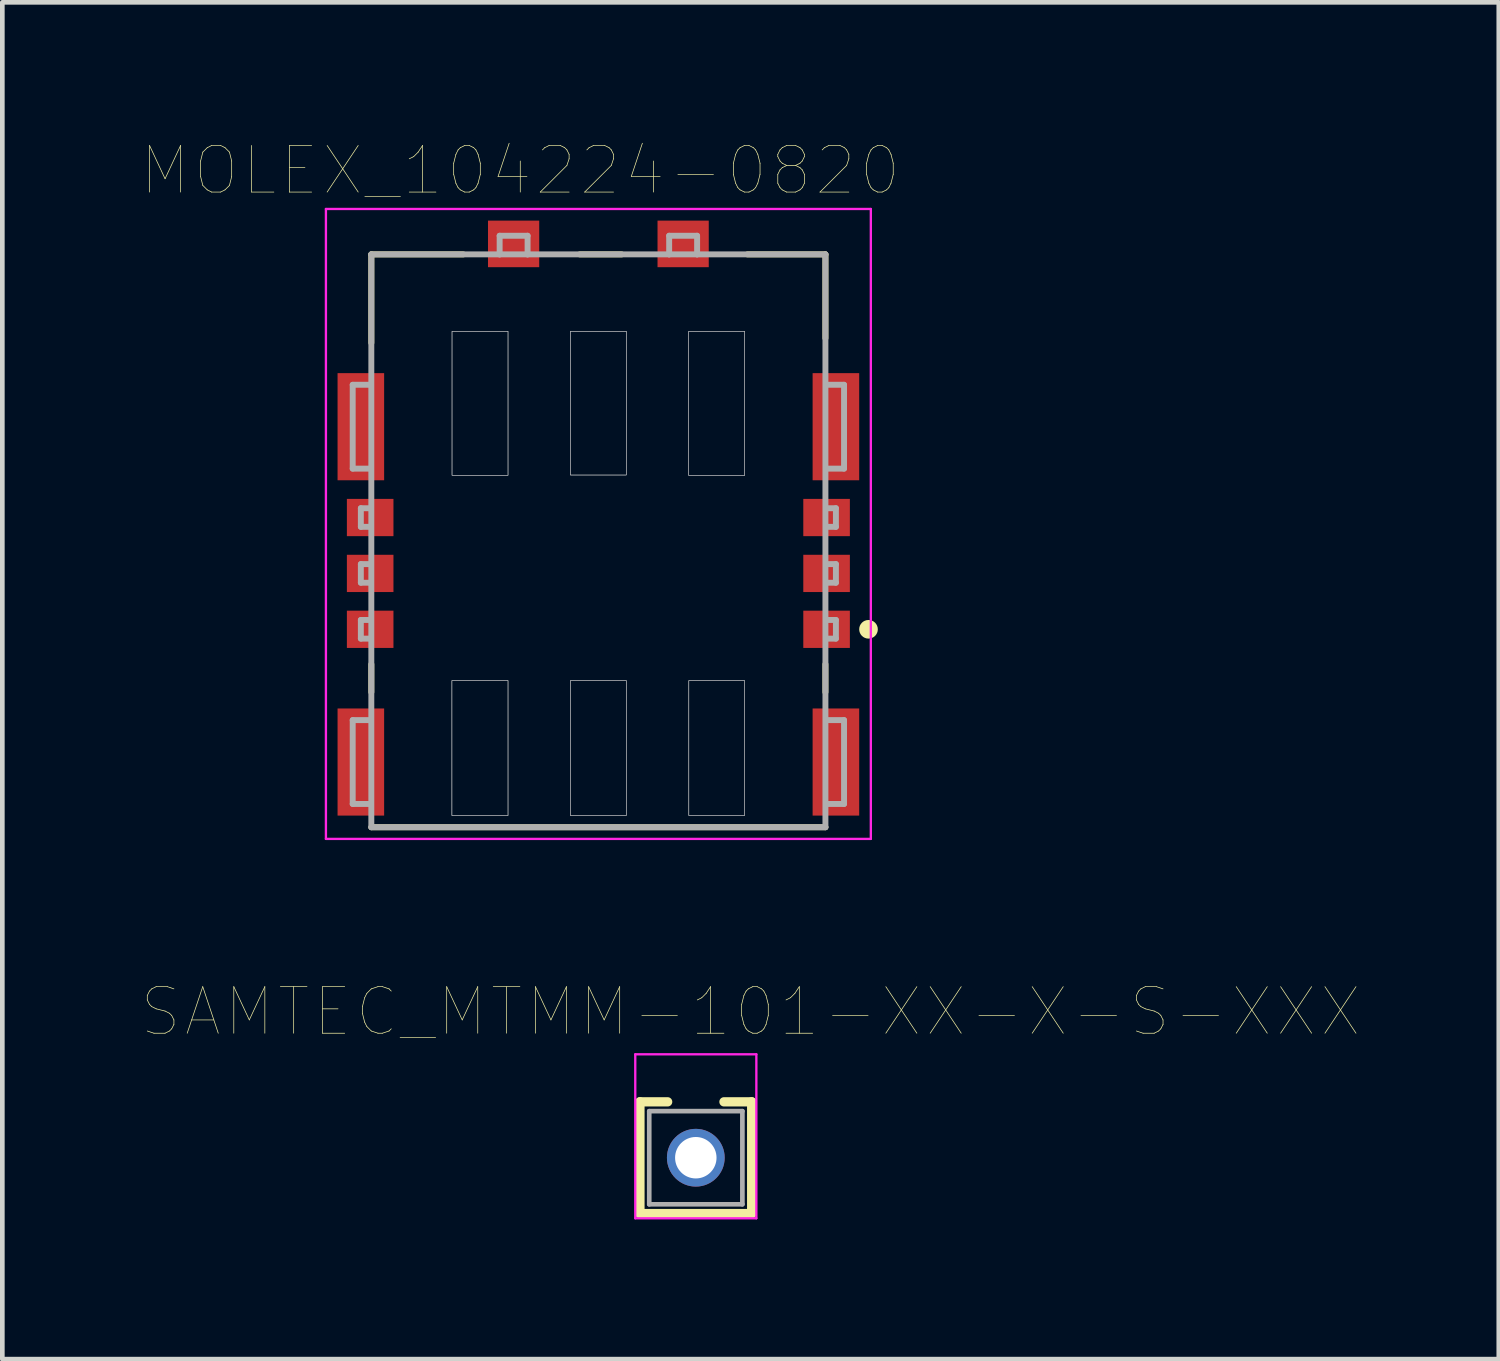
<source format=kicad_pcb>
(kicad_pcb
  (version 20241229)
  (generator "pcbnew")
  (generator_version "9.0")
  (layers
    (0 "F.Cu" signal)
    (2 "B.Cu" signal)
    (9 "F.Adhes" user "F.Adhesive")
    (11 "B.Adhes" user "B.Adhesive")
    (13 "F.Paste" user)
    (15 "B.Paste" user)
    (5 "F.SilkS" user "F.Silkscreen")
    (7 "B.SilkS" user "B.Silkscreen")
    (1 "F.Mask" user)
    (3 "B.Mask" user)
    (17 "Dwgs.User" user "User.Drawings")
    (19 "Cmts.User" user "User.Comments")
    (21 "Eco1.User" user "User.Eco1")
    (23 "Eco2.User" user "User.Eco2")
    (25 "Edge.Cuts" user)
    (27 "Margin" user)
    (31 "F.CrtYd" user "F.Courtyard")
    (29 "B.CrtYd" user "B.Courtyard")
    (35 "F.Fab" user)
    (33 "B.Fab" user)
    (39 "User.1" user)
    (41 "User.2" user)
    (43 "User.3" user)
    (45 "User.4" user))
  (footprint "SAMTEC_MTMM-101-XX-X-S-XXX"
    (layer "F.Cu")
    (at 11.89 21.808)
    (property "Reference" "SAMTEC_MTMM-101-XX-X-S-XXX" (at 1.175 -3.135 0) (layer "F.SilkS") (effects (font (size 1 1) (thickness 0.015))))
    (attr through_hole)
    (fp_line (start -1.2 -1.2) (end -1.2 1.2) (stroke (width 0.2) (type solid)) (layer "F.SilkS"))
    (fp_line (start -1.2 -1.2) (end -0.605 -1.2) (stroke (width 0.2) (type solid)) (layer "F.SilkS"))
    (fp_line (start -1.2 1.2) (end 1.2 1.2) (stroke (width 0.2) (type solid)) (layer "F.SilkS"))
    (fp_line (start 0.605 -1.2) (end 1.2 -1.2) (stroke (width 0.2) (type solid)) (layer "F.SilkS"))
    (fp_line (start 1.2 -1.2) (end 1.2 1.2) (stroke (width 0.2) (type solid)) (layer "F.SilkS"))
    (fp_poly (pts (xy 0.85 0.85) (xy 0.85 -0.85) (xy 0.385 -0.85) (xy 0.378 -0.85) (xy 0.371 -0.851) (xy 0.365 -0.852) (xy 0.358 -0.853) (xy 0.351 -0.854) (xy 0.345 -0.856) (xy 0.338 -0.859) (xy 0.332 -0.861) (xy 0.326 -0.864) (xy 0.32 -0.867) (xy 0.314 -0.871) (xy 0.309 -0.875) (xy 0.303 -0.879) (xy 0.298 -0.883) (xy 0.293 -0.888) (xy 0.288 -0.893) (xy 0.284 -0.898) (xy 0.28 -0.904) (xy 0.276 -0.909) (xy 0.272 -0.915) (xy 0.269 -0.921) (xy 0.266 -0.927) (xy 0.264 -0.933) (xy 0.261 -0.94) (xy 0.259 -0.946) (xy 0.258 -0.953) (xy 0.257 -0.96) (xy 0.256 -0.966) (xy 0.255 -0.973) (xy 0.255 -0.98) (xy 0.255 -1.97) (xy -0.255 -1.97) (xy -0.255 -0.98) (xy -0.255 -0.973) (xy -0.256 -0.966) (xy -0.257 -0.96) (xy -0.258 -0.953) (xy -0.259 -0.946) (xy -0.261 -0.94) (xy -0.264 -0.933) (xy -0.266 -0.927) (xy -0.269 -0.921) (xy -0.272 -0.915) (xy -0.276 -0.909) (xy -0.28 -0.904) (xy -0.284 -0.898) (xy -0.288 -0.893) (xy -0.293 -0.888) (xy -0.298 -0.883) (xy -0.303 -0.879) (xy -0.309 -0.875) (xy -0.314 -0.871) (xy -0.32 -0.867) (xy -0.326 -0.864) (xy -0.332 -0.861) (xy -0.338 -0.859) (xy -0.345 -0.856) (xy -0.351 -0.854) (xy -0.358 -0.853) (xy -0.365 -0.852) (xy -0.371 -0.851) (xy -0.378 -0.85) (xy -0.385 -0.85) (xy -0.85 -0.85) (xy -0.85 0.85) (xy 0.85 0.85)) (stroke (width 0.01) (type solid)) (fill yes) (layer "F.Paste"))
    (fp_line (start -1.3 -2.22) (end 1.3 -2.22) (stroke (width 0.05) (type solid)) (layer "F.CrtYd"))
    (fp_line (start -1.3 1.3) (end -1.3 -2.22) (stroke (width 0.05) (type solid)) (layer "F.CrtYd"))
    (fp_line (start 1.3 -2.22) (end 1.3 1.3) (stroke (width 0.05) (type solid)) (layer "F.CrtYd"))
    (fp_line (start 1.3 1.3) (end -1.3 1.3) (stroke (width 0.05) (type solid)) (layer "F.CrtYd"))
    (fp_line (start -1 -1) (end 1 -1) (stroke (width 0.1) (type solid)) (layer "F.Fab"))
    (fp_line (start -1 1) (end -1 -1) (stroke (width 0.1) (type solid)) (layer "F.Fab"))
    (fp_line (start 1 -1) (end 1 1) (stroke (width 0.1) (type solid)) (layer "F.Fab"))
    (fp_line (start 1 1) (end -1 1) (stroke (width 0.1) (type solid)) (layer "F.Fab"))
    (pad "01" thru_hole circle (at 0 0) (size 1.24 1.24) (drill 0.89) (layers "*.Cu" "*.Mask")))
  (footprint "MOLEX_104224-0820"
    (layer "F.Cu")
    (at 9.798 14.812)
    (property "Reference" "MOLEX_104224-0820" (at -1.677 -14.2 0) (layer "F.SilkS") (effects (font (size 1.001 1.001) (thickness 0.015))))
    (attr through_hole)
    (fp_line (start -4.875 -12.4) (end -4.875 -10.5) (stroke (width 0.127) (type solid)) (layer "F.SilkS"))
    (fp_line (start -4.875 -3.6) (end -4.875 -3) (stroke (width 0.127) (type solid)) (layer "F.SilkS"))
    (fp_line (start -4.875 -0.1) (end 4.875 -0.1) (stroke (width 0.127) (type solid)) (layer "F.SilkS"))
    (fp_line (start -2.9 -12.4) (end -4.875 -12.4) (stroke (width 0.127) (type solid)) (layer "F.SilkS"))
    (fp_line (start -0.4 -12.4) (end 0.5 -12.4) (stroke (width 0.127) (type solid)) (layer "F.SilkS"))
    (fp_line (start 3.2 -12.4) (end 4.875 -12.4) (stroke (width 0.127) (type solid)) (layer "F.SilkS"))
    (fp_line (start 4.875 -12.4) (end 4.875 -10.6) (stroke (width 0.127) (type solid)) (layer "F.SilkS"))
    (fp_line (start 4.875 -3.6) (end 4.875 -3) (stroke (width 0.127) (type solid)) (layer "F.SilkS"))
    (fp_circle (center 5.8 -4.35) (end 5.9 -4.35) (stroke (width 0.2) (type solid)) (fill no) (layer "F.SilkS"))
    (fp_poly (pts (xy -3.146 -3.25) (xy -1.94 -3.25) (xy -1.94 -0.351) (xy -3.146 -0.351)) (stroke (width 0.01) (type solid)) (fill no) (layer "Dwgs.User"))
    (fp_poly (pts (xy -3.144 -3.25) (xy -1.94 -3.25) (xy -1.94 -0.35) (xy -3.144 -0.35)) (stroke (width 0.01) (type solid)) (fill no) (layer "Dwgs.User"))
    (fp_poly (pts (xy -3.143 -10.75) (xy -1.94 -10.75) (xy -1.94 -7.656) (xy -3.143 -7.656)) (stroke (width 0.01) (type solid)) (fill no) (layer "Dwgs.User"))
    (fp_poly (pts (xy -3.142 -10.75) (xy -1.94 -10.75) (xy -1.94 -7.656) (xy -3.142 -7.656)) (stroke (width 0.01) (type solid)) (fill no) (layer "Dwgs.User"))
    (fp_poly (pts (xy -0.601 -3.25) (xy 0.6 -3.25) (xy 0.6 -0.351) (xy -0.601 -0.351)) (stroke (width 0.01) (type solid)) (fill no) (layer "Dwgs.User"))
    (fp_poly (pts (xy -0.601 -10.75) (xy 0.6 -10.75) (xy 0.6 -7.663) (xy -0.601 -7.663)) (stroke (width 0.01) (type solid)) (fill no) (layer "Dwgs.User"))
    (fp_poly (pts (xy -0.601 -10.75) (xy 0.6 -10.75) (xy 0.6 -7.663) (xy -0.601 -7.663)) (stroke (width 0.01) (type solid)) (fill no) (layer "Dwgs.User"))
    (fp_poly (pts (xy -0.601 -3.25) (xy 0.6 -3.25) (xy 0.6 -0.35) (xy -0.601 -0.35)) (stroke (width 0.01) (type solid)) (fill no) (layer "Dwgs.User"))
    (fp_poly (pts (xy 1.94 -10.75) (xy 3.14 -10.75) (xy 3.14 -7.651) (xy 1.94 -7.651)) (stroke (width 0.01) (type solid)) (fill no) (layer "Dwgs.User"))
    (fp_poly (pts (xy 1.94 -10.75) (xy 3.14 -10.75) (xy 3.14 -7.652) (xy 1.94 -7.652)) (stroke (width 0.01) (type solid)) (fill no) (layer "Dwgs.User"))
    (fp_poly (pts (xy 1.941 -3.25) (xy 3.14 -3.25) (xy 3.14 -0.35) (xy 1.941 -0.35)) (stroke (width 0.01) (type solid)) (fill no) (layer "Dwgs.User"))
    (fp_poly (pts (xy 1.943 -3.25) (xy 3.14 -3.25) (xy 3.14 -0.351) (xy 1.943 -0.351)) (stroke (width 0.01) (type solid)) (fill no) (layer "Dwgs.User"))
    (fp_line (start -5.85 -13.375) (end -5.85 0.15) (stroke (width 0.05) (type solid)) (layer "F.CrtYd"))
    (fp_line (start -5.85 0.15) (end 5.85 0.15) (stroke (width 0.05) (type solid)) (layer "F.CrtYd"))
    (fp_line (start 5.85 -13.375) (end -5.85 -13.375) (stroke (width 0.05) (type solid)) (layer "F.CrtYd"))
    (fp_line (start 5.85 0.15) (end 5.85 -13.375) (stroke (width 0.05) (type solid)) (layer "F.CrtYd"))
    (fp_line (start -5.275 -9.6) (end -5.275 -7.8) (stroke (width 0.127) (type solid)) (layer "F.Fab"))
    (fp_line (start -5.275 -7.8) (end -4.9 -7.8) (stroke (width 0.127) (type solid)) (layer "F.Fab"))
    (fp_line (start -5.275 -2.4) (end -5.275 -0.6) (stroke (width 0.127) (type solid)) (layer "F.Fab"))
    (fp_line (start -5.275 -0.6) (end -4.9 -0.6) (stroke (width 0.127) (type solid)) (layer "F.Fab"))
    (fp_line (start -5.1 -6.95) (end -5.1 -6.55) (stroke (width 0.127) (type solid)) (layer "F.Fab"))
    (fp_line (start -5.1 -6.55) (end -4.9 -6.55) (stroke (width 0.127) (type solid)) (layer "F.Fab"))
    (fp_line (start -5.1 -5.75) (end -5.1 -5.35) (stroke (width 0.127) (type solid)) (layer "F.Fab"))
    (fp_line (start -5.1 -5.35) (end -4.9 -5.35) (stroke (width 0.127) (type solid)) (layer "F.Fab"))
    (fp_line (start -5.1 -4.55) (end -5.1 -4.15) (stroke (width 0.127) (type solid)) (layer "F.Fab"))
    (fp_line (start -5.1 -4.15) (end -4.9 -4.15) (stroke (width 0.127) (type solid)) (layer "F.Fab"))
    (fp_line (start -4.9 -9.6) (end -5.275 -9.6) (stroke (width 0.127) (type solid)) (layer "F.Fab"))
    (fp_line (start -4.9 -6.95) (end -5.1 -6.95) (stroke (width 0.127) (type solid)) (layer "F.Fab"))
    (fp_line (start -4.9 -5.75) (end -5.1 -5.75) (stroke (width 0.127) (type solid)) (layer "F.Fab"))
    (fp_line (start -4.9 -4.55) (end -5.1 -4.55) (stroke (width 0.127) (type solid)) (layer "F.Fab"))
    (fp_line (start -4.9 -2.4) (end -5.275 -2.4) (stroke (width 0.127) (type solid)) (layer "F.Fab"))
    (fp_line (start -4.875 -12.4) (end -2.12 -12.4) (stroke (width 0.127) (type solid)) (layer "F.Fab"))
    (fp_line (start -4.875 -0.1) (end -4.875 -12.4) (stroke (width 0.127) (type solid)) (layer "F.Fab"))
    (fp_line (start -2.12 -12.8) (end -2.12 -12.4) (stroke (width 0.127) (type solid)) (layer "F.Fab"))
    (fp_line (start -2.12 -12.4) (end -1.52 -12.4) (stroke (width 0.127) (type solid)) (layer "F.Fab"))
    (fp_line (start -1.52 -12.8) (end -2.12 -12.8) (stroke (width 0.127) (type solid)) (layer "F.Fab"))
    (fp_line (start -1.52 -12.4) (end -1.52 -12.8) (stroke (width 0.127) (type solid)) (layer "F.Fab"))
    (fp_line (start -1.52 -12.4) (end 1.52 -12.4) (stroke (width 0.127) (type solid)) (layer "F.Fab"))
    (fp_line (start 1.52 -12.8) (end 1.52 -12.4) (stroke (width 0.127) (type solid)) (layer "F.Fab"))
    (fp_line (start 1.52 -12.4) (end 2.12 -12.4) (stroke (width 0.127) (type solid)) (layer "F.Fab"))
    (fp_line (start 2.12 -12.8) (end 1.52 -12.8) (stroke (width 0.127) (type solid)) (layer "F.Fab"))
    (fp_line (start 2.12 -12.4) (end 2.12 -12.8) (stroke (width 0.127) (type solid)) (layer "F.Fab"))
    (fp_line (start 2.12 -12.4) (end 4.875 -12.4) (stroke (width 0.127) (type solid)) (layer "F.Fab"))
    (fp_line (start 4.875 -12.4) (end 4.875 -0.1) (stroke (width 0.127) (type solid)) (layer "F.Fab"))
    (fp_line (start 4.875 -0.1) (end -4.875 -0.1) (stroke (width 0.127) (type solid)) (layer "F.Fab"))
    (fp_line (start 4.9 -7.8) (end 5.275 -7.8) (stroke (width 0.127) (type solid)) (layer "F.Fab"))
    (fp_line (start 4.9 -6.55) (end 5.1 -6.55) (stroke (width 0.127) (type solid)) (layer "F.Fab"))
    (fp_line (start 4.9 -5.35) (end 5.1 -5.35) (stroke (width 0.127) (type solid)) (layer "F.Fab"))
    (fp_line (start 4.9 -4.15) (end 5.1 -4.15) (stroke (width 0.127) (type solid)) (layer "F.Fab"))
    (fp_line (start 4.9 -0.6) (end 5.275 -0.6) (stroke (width 0.127) (type solid)) (layer "F.Fab"))
    (fp_line (start 5.1 -6.95) (end 4.9 -6.95) (stroke (width 0.127) (type solid)) (layer "F.Fab"))
    (fp_line (start 5.1 -6.55) (end 5.1 -6.95) (stroke (width 0.127) (type solid)) (layer "F.Fab"))
    (fp_line (start 5.1 -5.75) (end 4.9 -5.75) (stroke (width 0.127) (type solid)) (layer "F.Fab"))
    (fp_line (start 5.1 -5.35) (end 5.1 -5.75) (stroke (width 0.127) (type solid)) (layer "F.Fab"))
    (fp_line (start 5.1 -4.55) (end 4.9 -4.55) (stroke (width 0.127) (type solid)) (layer "F.Fab"))
    (fp_line (start 5.1 -4.15) (end 5.1 -4.55) (stroke (width 0.127) (type solid)) (layer "F.Fab"))
    (fp_line (start 5.275 -9.6) (end 4.9 -9.6) (stroke (width 0.127) (type solid)) (layer "F.Fab"))
    (fp_line (start 5.275 -7.8) (end 5.275 -9.6) (stroke (width 0.127) (type solid)) (layer "F.Fab"))
    (fp_line (start 5.275 -2.4) (end 4.9 -2.4) (stroke (width 0.127) (type solid)) (layer "F.Fab"))
    (fp_line (start 5.275 -0.6) (end 5.275 -2.4) (stroke (width 0.127) (type solid)) (layer "F.Fab"))
    (pad "G1" smd rect (at -5.1 -1.5) (size 1 2.3) (layers "F.Cu" "F.Mask" "F.Paste"))
    (pad "G2" smd rect (at -5.1 -8.7) (size 1 2.3) (layers "F.Cu" "F.Mask" "F.Paste"))
    (pad "G3" smd rect (at 5.1 -8.7) (size 1 2.3) (layers "F.Cu" "F.Mask" "F.Paste"))
    (pad "G4" smd rect (at 5.1 -1.5) (size 1 2.3) (layers "F.Cu" "F.Mask" "F.Paste"))
    (pad "R1" smd rect (at -1.82 -12.625) (size 1.1 1) (layers "F.Cu" "F.Mask" "F.Paste"))
    (pad "R2" smd rect (at 1.82 -12.625) (size 1.1 1) (layers "F.Cu" "F.Mask" "F.Paste"))
    (pad "S1" smd rect (at 4.9 -4.35) (size 1 0.8) (layers "F.Cu" "F.Mask" "F.Paste"))
    (pad "S2" smd rect (at 4.9 -5.55) (size 1 0.8) (layers "F.Cu" "F.Mask" "F.Paste"))
    (pad "S3" smd rect (at -4.9 -4.35) (size 1 0.8) (layers "F.Cu" "F.Mask" "F.Paste"))
    (pad "S4" smd rect (at 4.9 -6.75) (size 1 0.8) (layers "F.Cu" "F.Mask" "F.Paste"))
    (pad "S5" smd rect (at -4.9 -5.55) (size 1 0.8) (layers "F.Cu" "F.Mask" "F.Paste"))
    (pad "S6" smd rect (at -4.9 -6.75) (size 1 0.8) (layers "F.Cu" "F.Mask" "F.Paste")))
  (gr_rect
    (start -3 -3)
    (end 29.131 26.133)
    (stroke (width 0.1) (type default))
    (fill no)
    (layer "Edge.Cuts")))
</source>
